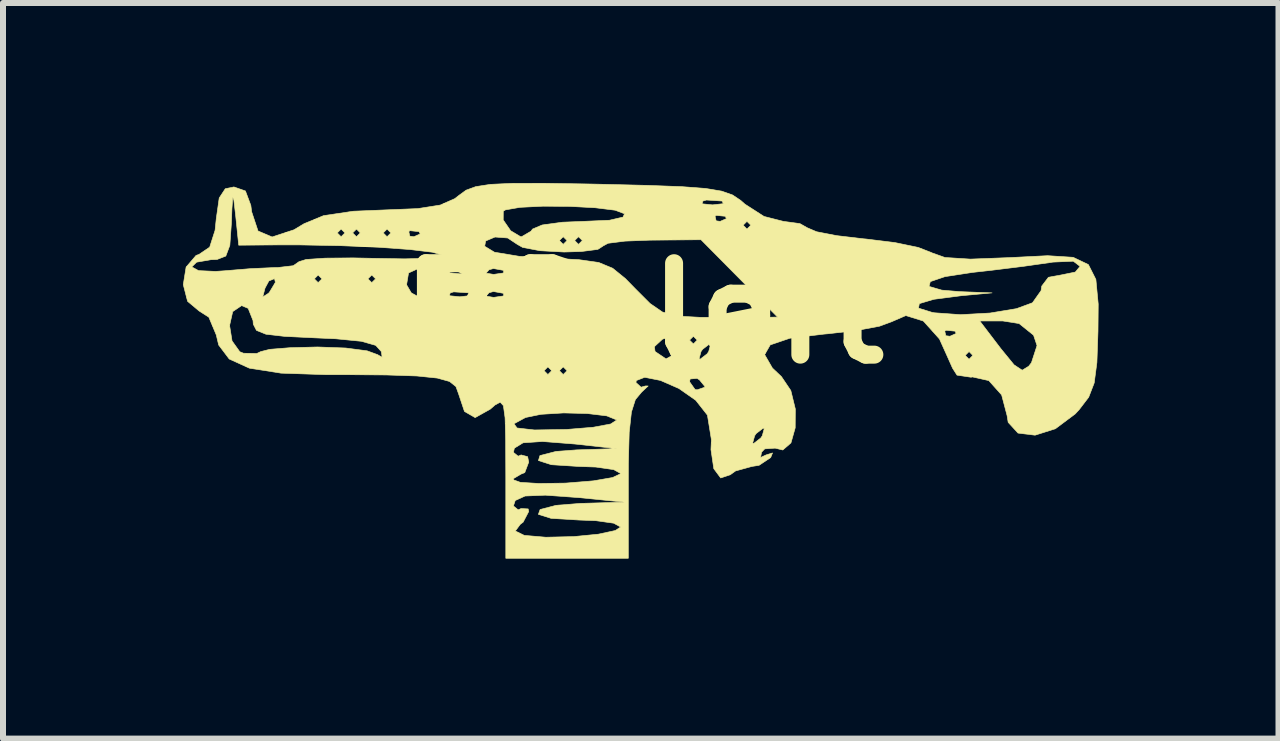
<source format=kicad_pcb>
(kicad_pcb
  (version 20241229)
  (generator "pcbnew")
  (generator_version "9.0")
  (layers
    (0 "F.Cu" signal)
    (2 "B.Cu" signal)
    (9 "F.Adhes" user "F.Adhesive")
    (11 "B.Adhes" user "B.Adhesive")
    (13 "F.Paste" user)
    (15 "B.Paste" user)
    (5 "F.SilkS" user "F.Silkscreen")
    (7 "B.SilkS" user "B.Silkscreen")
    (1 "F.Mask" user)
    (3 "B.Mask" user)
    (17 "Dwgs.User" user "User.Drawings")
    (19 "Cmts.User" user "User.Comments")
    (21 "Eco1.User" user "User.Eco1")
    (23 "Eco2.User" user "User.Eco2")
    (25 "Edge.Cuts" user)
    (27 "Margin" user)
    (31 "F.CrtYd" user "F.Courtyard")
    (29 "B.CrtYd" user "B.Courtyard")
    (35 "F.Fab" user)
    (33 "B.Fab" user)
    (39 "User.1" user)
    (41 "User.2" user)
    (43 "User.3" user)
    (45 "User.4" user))
  (footprint "RS_left"
    (layer "F.Cu")
    (at 7.678 2.172)
    (property "Reference" "RS_left" (at 0 0 0) (layer "F.SilkS") (effects (font (size 1.524 1.524) (thickness 0.3))))
    (attr through_hole)
    (fp_poly (pts (xy -0.911 -2.155) (xy -0.719 -2.151) (xy 0.064 -2.132) (xy 0.634 -2.111) (xy 1.032 -2.081) (xy 1.302 -2.036) (xy 1.483 -1.972) (xy 1.619 -1.881) (xy 1.689 -1.819) (xy 2.008 -1.614) (xy 2.33 -1.532) (xy 2.605 -1.495) (xy 2.733 -1.423) (xy 2.884 -1.359) (xy 3.221 -1.294) (xy 3.671 -1.241) (xy 3.708 -1.238) (xy 4.187 -1.179) (xy 4.577 -1.098) (xy 4.798 -1.012) (xy 4.801 -1.009) (xy 5.023 -0.93) (xy 5.447 -0.903) (xy 6.098 -0.928) (xy 6.735 -0.96) (xy 7.16 -0.933) (xy 7.414 -0.812) (xy 7.539 -0.564) (xy 7.578 -0.153) (xy 7.574 0.3) (xy 7.556 0.82) (xy 7.511 1.161) (xy 7.419 1.399) (xy 7.259 1.608) (xy 7.194 1.678) (xy 6.864 1.925) (xy 6.525 2.032) (xy 6.241 1.997) (xy 6.077 1.818) (xy 6.059 1.706) (xy 5.968 1.361) (xy 5.754 1.122) (xy 5.482 1.061) (xy 5.458 1.066) (xy 5.224 1.031) (xy 5.15 0.915) (xy 5.055 0.702) (xy 5.361 0.702) (xy 5.425 0.766) (xy 5.488 0.702) (xy 5.425 0.638) (xy 5.361 0.702) (xy 5.055 0.702) (xy 4.932 0.429) (xy 4.815 0.298) (xy 5.02 0.298) (xy 5.038 0.374) (xy 5.106 0.383) (xy 5.211 0.336) (xy 5.191 0.298) (xy 5.039 0.283) (xy 5.02 0.298) (xy 4.815 0.298) (xy 4.662 0.128) (xy 4.66 0.128) (xy 5.603 0.128) (xy 5.953 0.587) (xy 6.175 0.859) (xy 6.311 0.949) (xy 6.419 0.883) (xy 6.465 0.824) (xy 6.558 0.538) (xy 6.5 0.365) (xy 6.259 0.171) (xy 5.988 0.128) (xy 5.603 0.128) (xy 4.66 0.128) (xy 4.371 0.038) (xy 4.131 0.142) (xy 3.933 0.215) (xy 3.556 0.286) (xy 3.077 0.341) (xy 3.007 0.347) (xy 2.438 0.416) (xy 2.111 0.527) (xy 2.018 0.689) (xy 2.147 0.913) (xy 2.297 1.055) (xy 2.454 1.288) (xy 2.529 1.595) (xy 2.527 1.91) (xy 2.456 2.161) (xy 2.32 2.279) (xy 2.193 2.248) (xy 2.019 2.26) (xy 1.967 2.315) (xy 1.949 2.404) (xy 2.042 2.361) (xy 2.149 2.328) (xy 2.118 2.405) (xy 1.925 2.534) (xy 1.805 2.553) (xy 1.533 2.628) (xy 1.444 2.692) (xy 1.285 2.745) (xy 1.17 2.59) (xy 1.123 2.272) (xy 1.128 2.162) (xy 1.818 2.162) (xy 1.836 2.17) (xy 1.952 2.08) (xy 1.978 2.042) (xy 2.011 1.923) (xy 1.993 1.915) (xy 1.877 2.004) (xy 1.851 2.042) (xy 1.818 2.162) (xy 1.128 2.162) (xy 1.13 2.105) (xy 1.064 1.698) (xy 0.869 1.45) (xy 0.589 1.254) (xy 0.331 1.141) (xy 0.766 1.141) (xy 0.858 1.271) (xy 0.893 1.276) (xy 1.018 1.233) (xy 1.021 1.22) (xy 0.932 1.111) (xy 0.893 1.085) (xy 0.776 1.095) (xy 0.766 1.141) (xy 0.331 1.141) (xy 0.28 1.119) (xy 0.018 1.067) (xy -0.121 1.121) (xy -0.128 1.154) (xy -0.042 1.232) (xy 0.032 1.211) (xy 0.076 1.212) (xy -0.032 1.313) (xy -0.137 1.439) (xy -0.203 1.646) (xy -0.24 1.984) (xy -0.254 2.504) (xy -0.255 2.79) (xy -0.255 4.084) (xy -2.297 4.084) (xy -2.297 3.212) (xy -2.17 3.212) (xy -2.091 3.276) (xy -2.042 3.255) (xy -1.924 3.261) (xy -1.915 3.304) (xy -2.008 3.482) (xy -2.056 3.518) (xy -2.138 3.629) (xy -1.989 3.702) (xy -1.63 3.733) (xy -1.162 3.722) (xy -0.754 3.682) (xy -0.472 3.621) (xy -0.383 3.563) (xy -0.498 3.499) (xy -0.796 3.457) (xy -1.085 3.446) (xy -1.542 3.418) (xy -1.754 3.352) (xy -1.725 3.271) (xy -1.458 3.201) (xy -1.053 3.169) (xy -0.319 3.148) (xy -1.085 3.072) (xy -1.637 3.032) (xy -1.976 3.046) (xy -2.14 3.121) (xy -2.17 3.212) (xy -2.297 3.212) (xy -2.297 2.776) (xy -2.17 2.776) (xy -2.054 2.818) (xy -1.747 2.837) (xy -1.314 2.831) (xy -1.277 2.829) (xy -0.836 2.793) (xy -0.517 2.738) (xy -0.384 2.675) (xy -0.383 2.67) (xy -0.498 2.606) (xy -0.796 2.563) (xy -1.085 2.553) (xy -1.537 2.524) (xy -1.753 2.455) (xy -1.728 2.372) (xy -1.461 2.303) (xy -1.117 2.277) (xy -0.447 2.256) (xy -1.149 2.179) (xy -1.686 2.137) (xy -2.009 2.159) (xy -2.154 2.248) (xy -2.17 2.319) (xy -2.091 2.382) (xy -2.042 2.361) (xy -1.933 2.39) (xy -1.915 2.481) (xy -1.981 2.656) (xy -2.042 2.68) (xy -2.167 2.754) (xy -2.17 2.776) (xy -2.297 2.776) (xy -2.297 2.724) (xy -2.299 2.124) (xy -2.306 1.842) (xy -2.161 1.842) (xy -2.109 1.912) (xy -1.82 1.945) (xy -1.305 1.937) (xy -1.276 1.936) (xy -0.841 1.9) (xy -0.548 1.845) (xy -0.451 1.781) (xy -0.453 1.776) (xy -0.614 1.71) (xy -0.938 1.671) (xy -1.334 1.661) (xy -1.71 1.684) (xy -1.968 1.737) (xy -2.161 1.842) (xy -2.306 1.842) (xy -2.309 1.742) (xy -2.337 1.54) (xy -2.39 1.482) (xy -2.477 1.529) (xy -2.556 1.598) (xy -2.808 1.739) (xy -2.986 1.636) (xy -3.085 1.34) (xy -3.128 1.222) (xy -3.234 1.137) (xy -3.439 1.08) (xy -3.779 1.045) (xy -4.289 1.028) (xy -5.006 1.023) (xy -5.297 1.023) (xy -6.044 0.998) (xy -6.301 0.957) (xy -1.659 0.957) (xy -1.595 1.021) (xy -1.532 0.957) (xy -1.404 0.957) (xy -1.34 1.021) (xy -1.276 0.957) (xy -1.34 0.893) (xy -1.404 0.957) (xy -1.532 0.957) (xy -1.595 0.893) (xy -1.659 0.957) (xy -6.301 0.957) (xy -6.571 0.915) (xy -6.632 0.887) (xy -1.081 0.887) (xy -1.037 0.95) (xy -0.856 0.95) (xy -0.646 0.899) (xy -0.536 0.834) (xy -0.585 0.78) (xy -0.737 0.766) (xy -0.988 0.817) (xy -1.081 0.887) (xy -6.632 0.887) (xy -6.907 0.762) (xy -7.083 0.529) (xy -7.123 0.361) (xy -7.189 0.203) (xy -6.901 0.203) (xy -6.86 0.461) (xy -6.731 0.641) (xy -6.669 0.666) (xy -6.447 0.67) (xy -6.382 0.639) (xy -6.232 0.601) (xy -5.897 0.574) (xy -5.449 0.562) (xy -5.425 0.562) (xy -4.965 0.579) (xy -4.608 0.626) (xy -4.428 0.692) (xy -4.426 0.695) (xy -4.358 0.733) (xy -4.372 0.638) (xy -4.446 0.556) (xy 0.18 0.556) (xy 0.191 0.637) (xy 0.375 0.761) (xy 0.38 0.758) (xy 0.925 0.758) (xy 0.942 0.766) (xy 1.059 0.676) (xy 1.085 0.638) (xy 1.117 0.519) (xy 1.1 0.511) (xy 0.984 0.6) (xy 0.957 0.638) (xy 0.925 0.758) (xy 0.38 0.758) (xy 0.565 0.652) (xy 0.58 0.63) (xy 0.608 0.451) (xy 0.597 0.447) (xy 0.766 0.447) (xy 0.83 0.511) (xy 0.893 0.447) (xy 0.83 0.383) (xy 0.766 0.447) (xy 0.597 0.447) (xy 0.451 0.396) (xy 0.317 0.43) (xy 0.18 0.556) (xy -4.446 0.556) (xy -4.465 0.535) (xy -4.703 0.467) (xy -5.13 0.425) (xy -5.467 0.41) (xy -5.983 0.385) (xy -6.295 0.349) (xy -6.453 0.285) (xy -6.506 0.182) (xy -6.51 0.122) (xy -6.591 -0.082) (xy -6.701 -0.128) (xy -6.849 -0.028) (xy -6.901 0.203) (xy -7.189 0.203) (xy -7.247 0.065) (xy -7.41 -0.039) (xy -7.601 -0.199) (xy -7.62 -0.271) (xy -6.349 -0.271) (xy -6.255 -0.332) (xy -6.238 -0.349) (xy -6.162 -0.475) (xy -3.951 -0.475) (xy -3.872 -0.34) (xy -3.707 -0.251) (xy -3.658 -0.293) (xy -3.239 -0.293) (xy -3.063 -0.275) (xy -2.97 -0.286) (xy -2.625 -0.286) (xy -2.5 -0.265) (xy -2.334 -0.289) (xy -2.332 -0.332) (xy -2.503 -0.363) (xy -2.577 -0.342) (xy -2.625 -0.286) (xy -2.97 -0.286) (xy -2.882 -0.295) (xy -2.904 -0.34) (xy -3.165 -0.357) (xy -3.223 -0.34) (xy -3.239 -0.293) (xy -3.658 -0.293) (xy -3.634 -0.314) (xy -3.691 -0.434) (xy -3.772 -0.6) (xy -3.679 -0.676) (xy -3.239 -0.676) (xy -3.063 -0.658) (xy -2.97 -0.669) (xy -2.625 -0.669) (xy -2.5 -0.648) (xy -2.334 -0.672) (xy -2.332 -0.715) (xy -2.503 -0.746) (xy -2.577 -0.725) (xy -2.625 -0.669) (xy -2.97 -0.669) (xy -2.882 -0.678) (xy -2.904 -0.723) (xy -3.165 -0.74) (xy -3.223 -0.723) (xy -3.239 -0.676) (xy -3.679 -0.676) (xy -3.675 -0.68) (xy -3.619 -0.737) (xy -3.733 -0.756) (xy -3.918 -0.672) (xy -3.951 -0.475) (xy -6.162 -0.475) (xy -6.138 -0.516) (xy -6.151 -0.574) (xy -5.488 -0.574) (xy -5.425 -0.511) (xy -5.361 -0.574) (xy -4.595 -0.574) (xy -4.531 -0.511) (xy -4.467 -0.574) (xy -4.531 -0.638) (xy -4.595 -0.574) (xy -5.361 -0.574) (xy -5.425 -0.638) (xy -5.488 -0.574) (xy -6.151 -0.574) (xy -6.151 -0.578) (xy -6.246 -0.539) (xy -6.31 -0.42) (xy -6.349 -0.271) (xy -7.62 -0.271) (xy -7.673 -0.478) (xy -7.626 -0.769) (xy -7.623 -0.773) (xy -7.531 -0.773) (xy -7.418 -0.711) (xy -7.135 -0.698) (xy -6.988 -0.708) (xy -6.551 -0.744) (xy -6.159 -0.762) (xy -6.095 -0.763) (xy -5.84 -0.793) (xy -5.744 -0.86) (xy -5.626 -0.897) (xy -5.307 -0.919) (xy -4.843 -0.923) (xy -4.501 -0.916) (xy -3.985 -0.907) (xy -3.594 -0.917) (xy -3.376 -0.943) (xy -3.351 -0.968) (xy -3.521 -1.018) (xy -3.896 -1.063) (xy -4.424 -1.101) (xy -4.81 -1.117) (xy -2.649 -1.117) (xy -2.486 -1.018) (xy -2.076 -0.95) (xy -1.592 -0.92) (xy -1.082 -0.894) (xy -0.749 -0.847) (xy -0.516 -0.751) (xy -0.304 -0.579) (xy -0.135 -0.406) (xy 0.108 -0.163) (xy 0.314 -0.021) (xy 0.563 0.047) (xy 0.935 0.067) (xy 1.276 0.067) (xy 2.234 0.064) (xy 2.085 -0.086) (xy 4.582 -0.086) (xy 4.81 -0.015) (xy 4.85 -0.008) (xy 5.283 0.023) (xy 5.774 -0.004) (xy 6.215 -0.077) (xy 6.482 -0.175) (xy 6.625 -0.377) (xy 6.637 -0.454) (xy 6.748 -0.6) (xy 6.956 -0.638) (xy 7.196 -0.687) (xy 7.275 -0.782) (xy 7.163 -0.868) (xy 6.822 -0.853) (xy 6.757 -0.843) (xy 6.327 -0.782) (xy 5.794 -0.716) (xy 5.48 -0.681) (xy 5.024 -0.611) (xy 4.779 -0.528) (xy 4.758 -0.448) (xy 4.97 -0.386) (xy 5.265 -0.361) (xy 5.808 -0.34) (xy 5.297 -0.293) (xy 4.838 -0.233) (xy 4.596 -0.161) (xy 4.582 -0.086) (xy 2.085 -0.086) (xy 0.957 -1.226) (xy 0.108 -1.219) (xy -0.309 -1.203) (xy -0.593 -1.167) (xy -0.683 -1.118) (xy -0.682 -1.117) (xy -0.763 -1.065) (xy -1.035 -1.03) (xy -1.325 -1.021) (xy -1.727 -1.043) (xy -2.016 -1.098) (xy -2.106 -1.149) (xy -2.202 -1.213) (xy -1.404 -1.213) (xy -1.34 -1.149) (xy -1.276 -1.213) (xy -1.149 -1.213) (xy -1.085 -1.149) (xy -1.021 -1.213) (xy -1.085 -1.276) (xy -1.149 -1.213) (xy -1.276 -1.213) (xy -1.34 -1.276) (xy -1.404 -1.213) (xy -2.202 -1.213) (xy -2.265 -1.255) (xy -2.478 -1.271) (xy -2.633 -1.205) (xy -2.649 -1.117) (xy -4.81 -1.117) (xy -5.055 -1.127) (xy -5.739 -1.14) (xy -6.087 -1.14) (xy -6.749 -1.135) (xy -6.799 -1.621) (xy -6.83 -1.888) (xy -6.848 -1.933) (xy -6.862 -1.743) (xy -6.871 -1.5) (xy -6.897 -1.132) (xy -6.964 -0.954) (xy -7.11 -0.897) (xy -7.212 -0.893) (xy -7.451 -0.852) (xy -7.531 -0.773) (xy -7.623 -0.773) (xy -7.46 -0.964) (xy -7.41 -0.982) (xy -7.233 -1.102) (xy -7.143 -1.383) (xy -7.123 -1.577) (xy -7.074 -1.922) (xy -6.973 -2.076) (xy -6.829 -2.106) (xy -6.637 -2.039) (xy -6.547 -1.799) (xy -6.533 -1.691) (xy -6.427 -1.372) (xy -6.192 -1.272) (xy -5.985 -1.34) (xy -5.106 -1.34) (xy -5.042 -1.276) (xy -4.978 -1.34) (xy -4.85 -1.34) (xy -4.786 -1.276) (xy -4.723 -1.34) (xy -4.34 -1.34) (xy -4.276 -1.276) (xy -4.212 -1.34) (xy -4.233 -1.361) (xy -3.914 -1.361) (xy -3.897 -1.286) (xy -3.829 -1.276) (xy -3.724 -1.323) (xy -3.744 -1.361) (xy -3.896 -1.377) (xy -3.914 -1.361) (xy -4.233 -1.361) (xy -4.276 -1.404) (xy -4.34 -1.34) (xy -4.723 -1.34) (xy -4.786 -1.404) (xy -4.85 -1.34) (xy -4.978 -1.34) (xy -5.042 -1.404) (xy -5.106 -1.34) (xy -5.985 -1.34) (xy -5.827 -1.392) (xy -5.66 -1.493) (xy -5.506 -1.556) (xy -2.34 -1.556) (xy -2.216 -1.376) (xy -2.05 -1.277) (xy -2.034 -1.276) (xy -1.877 -1.368) (xy -1.851 -1.404) (xy -1.7 -1.468) (xy 1.659 -1.468) (xy 1.723 -1.404) (xy 1.787 -1.468) (xy 1.723 -1.532) (xy 1.659 -1.468) (xy -1.7 -1.468) (xy -1.69 -1.472) (xy -1.354 -1.518) (xy -1.006 -1.532) (xy -0.569 -1.551) (xy -0.341 -1.604) (xy -0.336 -1.617) (xy 1.191 -1.617) (xy 1.209 -1.541) (xy 1.276 -1.532) (xy 1.381 -1.578) (xy 1.361 -1.617) (xy 1.21 -1.632) (xy 1.191 -1.617) (xy -0.336 -1.617) (xy -0.319 -1.659) (xy -0.474 -1.718) (xy -0.805 -1.759) (xy -1.232 -1.782) (xy -1.677 -1.785) (xy -2.06 -1.766) (xy -2.302 -1.724) (xy -2.339 -1.703) (xy -2.34 -1.556) (xy -5.506 -1.556) (xy -5.336 -1.627) (xy -4.841 -1.701) (xy -4.33 -1.722) (xy -3.763 -1.745) (xy -3.389 -1.804) (xy -3.342 -1.825) (xy 0.973 -1.825) (xy 1.149 -1.807) (xy 1.33 -1.827) (xy 1.308 -1.871) (xy 1.047 -1.888) (xy 0.989 -1.871) (xy 0.973 -1.825) (xy -3.342 -1.825) (xy -3.147 -1.911) (xy -3.077 -1.966) (xy -2.959 -2.052) (xy -2.798 -2.111) (xy -2.553 -2.149) (xy -2.184 -2.166) (xy -1.651 -2.167) (xy -0.911 -2.155)) (stroke (width 0.01) (type solid)) (fill yes) (layer "F.SilkS")))
  (gr_rect
    (start -3 -3)
    (end 18.261 9.262)
    (stroke (width 0.1) (type default))
    (fill no)
    (layer "Edge.Cuts")))
</source>
